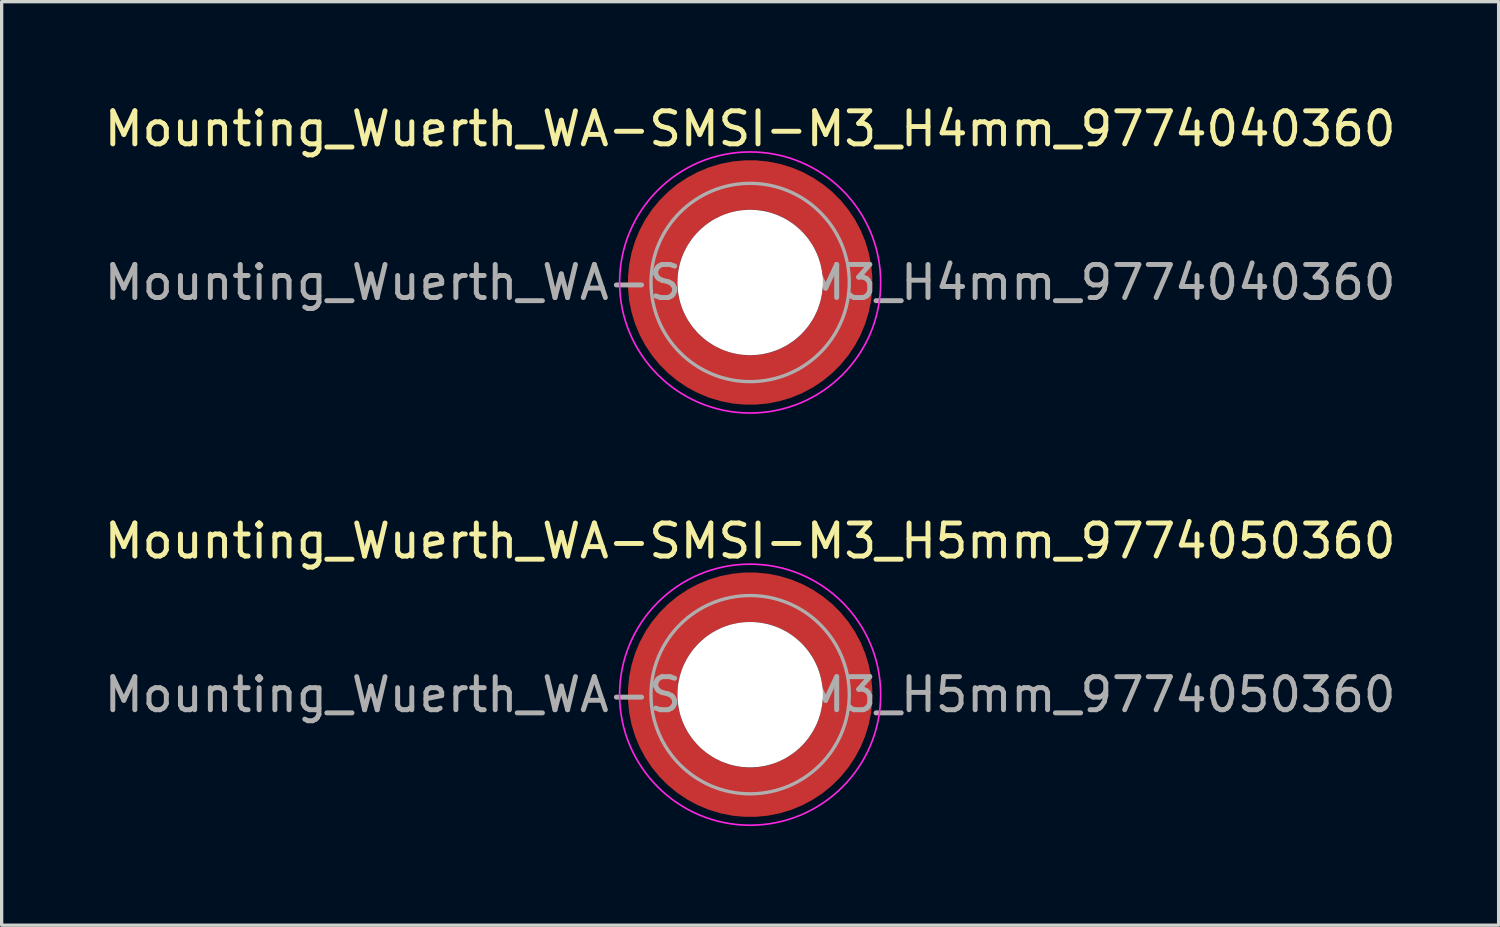
<source format=kicad_pcb>
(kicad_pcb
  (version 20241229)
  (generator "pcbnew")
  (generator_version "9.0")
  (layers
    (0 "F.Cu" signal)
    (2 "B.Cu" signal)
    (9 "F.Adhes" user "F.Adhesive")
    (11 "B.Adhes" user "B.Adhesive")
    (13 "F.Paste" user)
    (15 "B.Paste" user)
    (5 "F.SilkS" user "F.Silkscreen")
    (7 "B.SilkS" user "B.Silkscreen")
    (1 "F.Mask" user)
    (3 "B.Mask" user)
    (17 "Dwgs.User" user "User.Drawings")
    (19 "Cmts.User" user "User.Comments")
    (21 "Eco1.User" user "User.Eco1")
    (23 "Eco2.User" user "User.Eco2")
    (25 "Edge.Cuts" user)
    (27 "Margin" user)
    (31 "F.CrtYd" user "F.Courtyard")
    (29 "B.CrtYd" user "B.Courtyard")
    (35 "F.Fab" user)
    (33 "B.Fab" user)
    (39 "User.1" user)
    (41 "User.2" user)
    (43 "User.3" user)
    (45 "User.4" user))
  (footprint "Mounting_Wuerth_WA-SMSI-M3_H4mm_9774040360"
    (layer "F.Cu")
    (at 19.649 5.498)
    (property "Reference" "Mounting_Wuerth_WA-SMSI-M3_H4mm_9774040360" (at 0 -4.65 0) (layer "F.SilkS") (effects (font (size 1 1) (thickness 0.15))))
    (attr smd)
    (fp_circle (center 0 0) (end 3.95 0) (stroke (width 0.05) (type solid)) (fill no) (layer "F.CrtYd"))
    (fp_circle (center 0 0) (end 3 0) (stroke (width 0.1) (type solid)) (fill no) (layer "F.Fab"))
    (fp_text user "${REFERENCE}" (at 0 0 0) (layer "F.Fab") (effects (font (size 1 1) (thickness 0.15))))
    (pad "" smd custom (at -2.058 -2.058) (size 0.7 0.7) (layers "F.Paste") (options (anchor circle)) (primitives (gr_arc (start -0.377294 1.707681) (mid 0.317579 0.318817) (end 1.705947 -0.377044) (width 0.2)) (gr_arc (start -0.478281 1.707681) (mid 0.246161 0.248814) (end 1.703965 -0.477765) (width 0.2)) (gr_arc (start -0.579192 1.707681) (mid 0.175492 0.178063) (end 1.704077 -0.578711) (width 0.2)) (gr_arc (start -0.680037 1.707681) (mid 0.105568 0.106564) (end 1.706284 -0.679858) (width 0.2)) (gr_arc (start -0.780822 1.707681) (mid 0.034627 0.036085) (end 1.705634 -0.780569) (width 0.2)) (gr_arc (start -0.881554 1.707681) (mid -0.035694 -0.035016) (end 1.706729 -0.881441) (width 0.2)) (gr_arc (start -0.982237 1.707681) (mid -0.107281 -0.10485) (end 1.704266 -0.981842) (width 0.2)) (gr_arc (start -1.082877 1.707681) (mid -0.178372 -0.175181) (end 1.703197 -1.082374) (width 0.2)) (gr_arc (start -1.183476 1.707681) (mid -0.248964 -0.246008) (end 1.703525 -1.183025) (width 0.2)) (gr_arc (start -1.28404 1.707681) (mid -0.319062 -0.317333) (end 1.70525 -1.283784) (width 0.2)) (gr_line (start 1.708 -0.377) (end 1.708 -1.284) (width 0.2)) (gr_line (start -0.377 1.708) (end -1.284 1.708) (width 0.2))))
    (pad "" smd custom (at -2.058 2.058) (size 0.7 0.7) (layers "F.Paste") (options (anchor circle)) (primitives (gr_arc (start 1.707681 0.377294) (mid 0.318817 -0.317579) (end -0.377044 -1.705947) (width 0.2)) (gr_arc (start 1.707681 0.478281) (mid 0.248814 -0.246161) (end -0.477765 -1.703965) (width 0.2)) (gr_arc (start 1.707681 0.579192) (mid 0.178063 -0.175492) (end -0.578711 -1.704077) (width 0.2)) (gr_arc (start 1.707681 0.680037) (mid 0.106564 -0.105568) (end -0.679858 -1.706284) (width 0.2)) (gr_arc (start 1.707681 0.780822) (mid 0.036085 -0.034627) (end -0.780569 -1.705634) (width 0.2)) (gr_arc (start 1.707681 0.881554) (mid -0.035016 0.035694) (end -0.881441 -1.706729) (width 0.2)) (gr_arc (start 1.707681 0.982237) (mid -0.10485 0.107281) (end -0.981842 -1.704266) (width 0.2)) (gr_arc (start 1.707681 1.082877) (mid -0.175181 0.178372) (end -1.082374 -1.703197) (width 0.2)) (gr_arc (start 1.707681 1.183476) (mid -0.246008 0.248964) (end -1.183025 -1.703525) (width 0.2)) (gr_arc (start 1.707681 1.28404) (mid -0.317333 0.319062) (end -1.283784 -1.70525) (width 0.2)) (gr_line (start -0.377 -1.708) (end -1.284 -1.708) (width 0.2)) (gr_line (start 1.708 0.377) (end 1.708 1.284) (width 0.2))))
    (pad "" np_thru_hole circle (at 0 0) (size 4.4 4.4) (drill 4.4) (layers "*.Cu" "*.Mask"))
    (pad "" smd custom (at 2.058 -2.058) (size 0.7 0.7) (layers "F.Paste") (options (anchor circle)) (primitives (gr_arc (start -1.707681 -0.377294) (mid -0.318817 0.317579) (end 0.377044 1.705947) (width 0.2)) (gr_arc (start -1.707681 -0.478281) (mid -0.248814 0.246161) (end 0.477765 1.703965) (width 0.2)) (gr_arc (start -1.707681 -0.579192) (mid -0.178063 0.175492) (end 0.578711 1.704077) (width 0.2)) (gr_arc (start -1.707681 -0.680037) (mid -0.106564 0.105568) (end 0.679858 1.706284) (width 0.2)) (gr_arc (start -1.707681 -0.780822) (mid -0.036085 0.034627) (end 0.780569 1.705634) (width 0.2)) (gr_arc (start -1.707681 -0.881554) (mid 0.035016 -0.035694) (end 0.881441 1.706729) (width 0.2)) (gr_arc (start -1.707681 -0.982237) (mid 0.10485 -0.107281) (end 0.981842 1.704266) (width 0.2)) (gr_arc (start -1.707681 -1.082877) (mid 0.175181 -0.178372) (end 1.082374 1.703197) (width 0.2)) (gr_arc (start -1.707681 -1.183476) (mid 0.246008 -0.248964) (end 1.183025 1.703525) (width 0.2)) (gr_arc (start -1.707681 -1.28404) (mid 0.317333 -0.319062) (end 1.283784 1.70525) (width 0.2)) (gr_line (start 0.377 1.708) (end 1.284 1.708) (width 0.2)) (gr_line (start -1.708 -0.377) (end -1.708 -1.284) (width 0.2))))
    (pad "" smd custom (at 2.058 2.058) (size 0.7 0.7) (layers "F.Paste") (options (anchor circle)) (primitives (gr_arc (start 0.377294 -1.707681) (mid -0.317579 -0.318817) (end -1.705947 0.377044) (width 0.2)) (gr_arc (start 0.478281 -1.707681) (mid -0.246161 -0.248814) (end -1.703965 0.477765) (width 0.2)) (gr_arc (start 0.579192 -1.707681) (mid -0.175492 -0.178063) (end -1.704077 0.578711) (width 0.2)) (gr_arc (start 0.680037 -1.707681) (mid -0.105568 -0.106564) (end -1.706284 0.679858) (width 0.2)) (gr_arc (start 0.780822 -1.707681) (mid -0.034627 -0.036085) (end -1.705634 0.780569) (width 0.2)) (gr_arc (start 0.881554 -1.707681) (mid 0.035694 0.035016) (end -1.706729 0.881441) (width 0.2)) (gr_arc (start 0.982237 -1.707681) (mid 0.107281 0.10485) (end -1.704266 0.981842) (width 0.2)) (gr_arc (start 1.082877 -1.707681) (mid 0.178372 0.175181) (end -1.703197 1.082374) (width 0.2)) (gr_arc (start 1.183476 -1.707681) (mid 0.248964 0.246008) (end -1.703525 1.183025) (width 0.2)) (gr_arc (start 1.28404 -1.707681) (mid 0.319062 0.317333) (end -1.70525 1.283784) (width 0.2)) (gr_line (start -1.708 0.377) (end -1.708 1.284) (width 0.2)) (gr_line (start 0.377 -1.708) (end 1.284 -1.708) (width 0.2))))
    (pad "1" smd circle (at -2.95 0) (size 1.1 1.1) (layers "F.Cu"))
    (pad "1" smd circle (at 0 -2.95) (size 1.1 1.1) (layers "F.Cu"))
    (pad "1" smd circle (at 0 2.95) (size 1.1 1.1) (layers "F.Cu"))
    (pad "1" smd custom (at 2.95 0) (size 1.1 1.1) (layers "F.Cu" "F.Mask") (options (anchor circle)) (primitives (gr_circle (center -2.95 0) (end 0 0) (width 1.5) (fill no)))))
  (footprint "Mounting_Wuerth_WA-SMSI-M3_H5mm_9774050360"
    (layer "F.Cu")
    (at 19.649 17.971)
    (property "Reference" "Mounting_Wuerth_WA-SMSI-M3_H5mm_9774050360" (at 0 -4.65 0) (layer "F.SilkS") (effects (font (size 1 1) (thickness 0.15))))
    (attr smd)
    (fp_circle (center 0 0) (end 3.95 0) (stroke (width 0.05) (type solid)) (fill no) (layer "F.CrtYd"))
    (fp_circle (center 0 0) (end 3 0) (stroke (width 0.1) (type solid)) (fill no) (layer "F.Fab"))
    (fp_text user "${REFERENCE}" (at 0 0 0) (layer "F.Fab") (effects (font (size 1 1) (thickness 0.15))))
    (pad "" smd custom (at -2.058 -2.058) (size 0.7 0.7) (layers "F.Paste") (options (anchor circle)) (primitives (gr_arc (start -0.377294 1.707681) (mid 0.317579 0.318817) (end 1.705947 -0.377044) (width 0.2)) (gr_arc (start -0.478281 1.707681) (mid 0.246161 0.248814) (end 1.703965 -0.477765) (width 0.2)) (gr_arc (start -0.579192 1.707681) (mid 0.175492 0.178063) (end 1.704077 -0.578711) (width 0.2)) (gr_arc (start -0.680037 1.707681) (mid 0.105568 0.106564) (end 1.706284 -0.679858) (width 0.2)) (gr_arc (start -0.780822 1.707681) (mid 0.034627 0.036085) (end 1.705634 -0.780569) (width 0.2)) (gr_arc (start -0.881554 1.707681) (mid -0.035694 -0.035016) (end 1.706729 -0.881441) (width 0.2)) (gr_arc (start -0.982237 1.707681) (mid -0.107281 -0.10485) (end 1.704266 -0.981842) (width 0.2)) (gr_arc (start -1.082877 1.707681) (mid -0.178372 -0.175181) (end 1.703197 -1.082374) (width 0.2)) (gr_arc (start -1.183476 1.707681) (mid -0.248964 -0.246008) (end 1.703525 -1.183025) (width 0.2)) (gr_arc (start -1.28404 1.707681) (mid -0.319062 -0.317333) (end 1.70525 -1.283784) (width 0.2)) (gr_line (start 1.708 -0.377) (end 1.708 -1.284) (width 0.2)) (gr_line (start -0.377 1.708) (end -1.284 1.708) (width 0.2))))
    (pad "" smd custom (at -2.058 2.058) (size 0.7 0.7) (layers "F.Paste") (options (anchor circle)) (primitives (gr_arc (start 1.707681 0.377294) (mid 0.318817 -0.317579) (end -0.377044 -1.705947) (width 0.2)) (gr_arc (start 1.707681 0.478281) (mid 0.248814 -0.246161) (end -0.477765 -1.703965) (width 0.2)) (gr_arc (start 1.707681 0.579192) (mid 0.178063 -0.175492) (end -0.578711 -1.704077) (width 0.2)) (gr_arc (start 1.707681 0.680037) (mid 0.106564 -0.105568) (end -0.679858 -1.706284) (width 0.2)) (gr_arc (start 1.707681 0.780822) (mid 0.036085 -0.034627) (end -0.780569 -1.705634) (width 0.2)) (gr_arc (start 1.707681 0.881554) (mid -0.035016 0.035694) (end -0.881441 -1.706729) (width 0.2)) (gr_arc (start 1.707681 0.982237) (mid -0.10485 0.107281) (end -0.981842 -1.704266) (width 0.2)) (gr_arc (start 1.707681 1.082877) (mid -0.175181 0.178372) (end -1.082374 -1.703197) (width 0.2)) (gr_arc (start 1.707681 1.183476) (mid -0.246008 0.248964) (end -1.183025 -1.703525) (width 0.2)) (gr_arc (start 1.707681 1.28404) (mid -0.317333 0.319062) (end -1.283784 -1.70525) (width 0.2)) (gr_line (start -0.377 -1.708) (end -1.284 -1.708) (width 0.2)) (gr_line (start 1.708 0.377) (end 1.708 1.284) (width 0.2))))
    (pad "" np_thru_hole circle (at 0 0) (size 4.4 4.4) (drill 4.4) (layers "*.Cu" "*.Mask"))
    (pad "" smd custom (at 2.058 -2.058) (size 0.7 0.7) (layers "F.Paste") (options (anchor circle)) (primitives (gr_arc (start -1.707681 -0.377294) (mid -0.318817 0.317579) (end 0.377044 1.705947) (width 0.2)) (gr_arc (start -1.707681 -0.478281) (mid -0.248814 0.246161) (end 0.477765 1.703965) (width 0.2)) (gr_arc (start -1.707681 -0.579192) (mid -0.178063 0.175492) (end 0.578711 1.704077) (width 0.2)) (gr_arc (start -1.707681 -0.680037) (mid -0.106564 0.105568) (end 0.679858 1.706284) (width 0.2)) (gr_arc (start -1.707681 -0.780822) (mid -0.036085 0.034627) (end 0.780569 1.705634) (width 0.2)) (gr_arc (start -1.707681 -0.881554) (mid 0.035016 -0.035694) (end 0.881441 1.706729) (width 0.2)) (gr_arc (start -1.707681 -0.982237) (mid 0.10485 -0.107281) (end 0.981842 1.704266) (width 0.2)) (gr_arc (start -1.707681 -1.082877) (mid 0.175181 -0.178372) (end 1.082374 1.703197) (width 0.2)) (gr_arc (start -1.707681 -1.183476) (mid 0.246008 -0.248964) (end 1.183025 1.703525) (width 0.2)) (gr_arc (start -1.707681 -1.28404) (mid 0.317333 -0.319062) (end 1.283784 1.70525) (width 0.2)) (gr_line (start 0.377 1.708) (end 1.284 1.708) (width 0.2)) (gr_line (start -1.708 -0.377) (end -1.708 -1.284) (width 0.2))))
    (pad "" smd custom (at 2.058 2.058) (size 0.7 0.7) (layers "F.Paste") (options (anchor circle)) (primitives (gr_arc (start 0.377294 -1.707681) (mid -0.317579 -0.318817) (end -1.705947 0.377044) (width 0.2)) (gr_arc (start 0.478281 -1.707681) (mid -0.246161 -0.248814) (end -1.703965 0.477765) (width 0.2)) (gr_arc (start 0.579192 -1.707681) (mid -0.175492 -0.178063) (end -1.704077 0.578711) (width 0.2)) (gr_arc (start 0.680037 -1.707681) (mid -0.105568 -0.106564) (end -1.706284 0.679858) (width 0.2)) (gr_arc (start 0.780822 -1.707681) (mid -0.034627 -0.036085) (end -1.705634 0.780569) (width 0.2)) (gr_arc (start 0.881554 -1.707681) (mid 0.035694 0.035016) (end -1.706729 0.881441) (width 0.2)) (gr_arc (start 0.982237 -1.707681) (mid 0.107281 0.10485) (end -1.704266 0.981842) (width 0.2)) (gr_arc (start 1.082877 -1.707681) (mid 0.178372 0.175181) (end -1.703197 1.082374) (width 0.2)) (gr_arc (start 1.183476 -1.707681) (mid 0.248964 0.246008) (end -1.703525 1.183025) (width 0.2)) (gr_arc (start 1.28404 -1.707681) (mid 0.319062 0.317333) (end -1.70525 1.283784) (width 0.2)) (gr_line (start -1.708 0.377) (end -1.708 1.284) (width 0.2)) (gr_line (start 0.377 -1.708) (end 1.284 -1.708) (width 0.2))))
    (pad "1" smd circle (at -2.95 0) (size 1.1 1.1) (layers "F.Cu"))
    (pad "1" smd circle (at 0 -2.95) (size 1.1 1.1) (layers "F.Cu"))
    (pad "1" smd circle (at 0 2.95) (size 1.1 1.1) (layers "F.Cu"))
    (pad "1" smd custom (at 2.95 0) (size 1.1 1.1) (layers "F.Cu" "F.Mask") (options (anchor circle)) (primitives (gr_circle (center -2.95 0) (end 0 0) (width 1.5) (fill no)))))
  (gr_rect
    (start -3 -3)
    (end 42.298 24.947)
    (stroke (width 0.1) (type default))
    (fill no)
    (layer "Edge.Cuts")))
</source>
